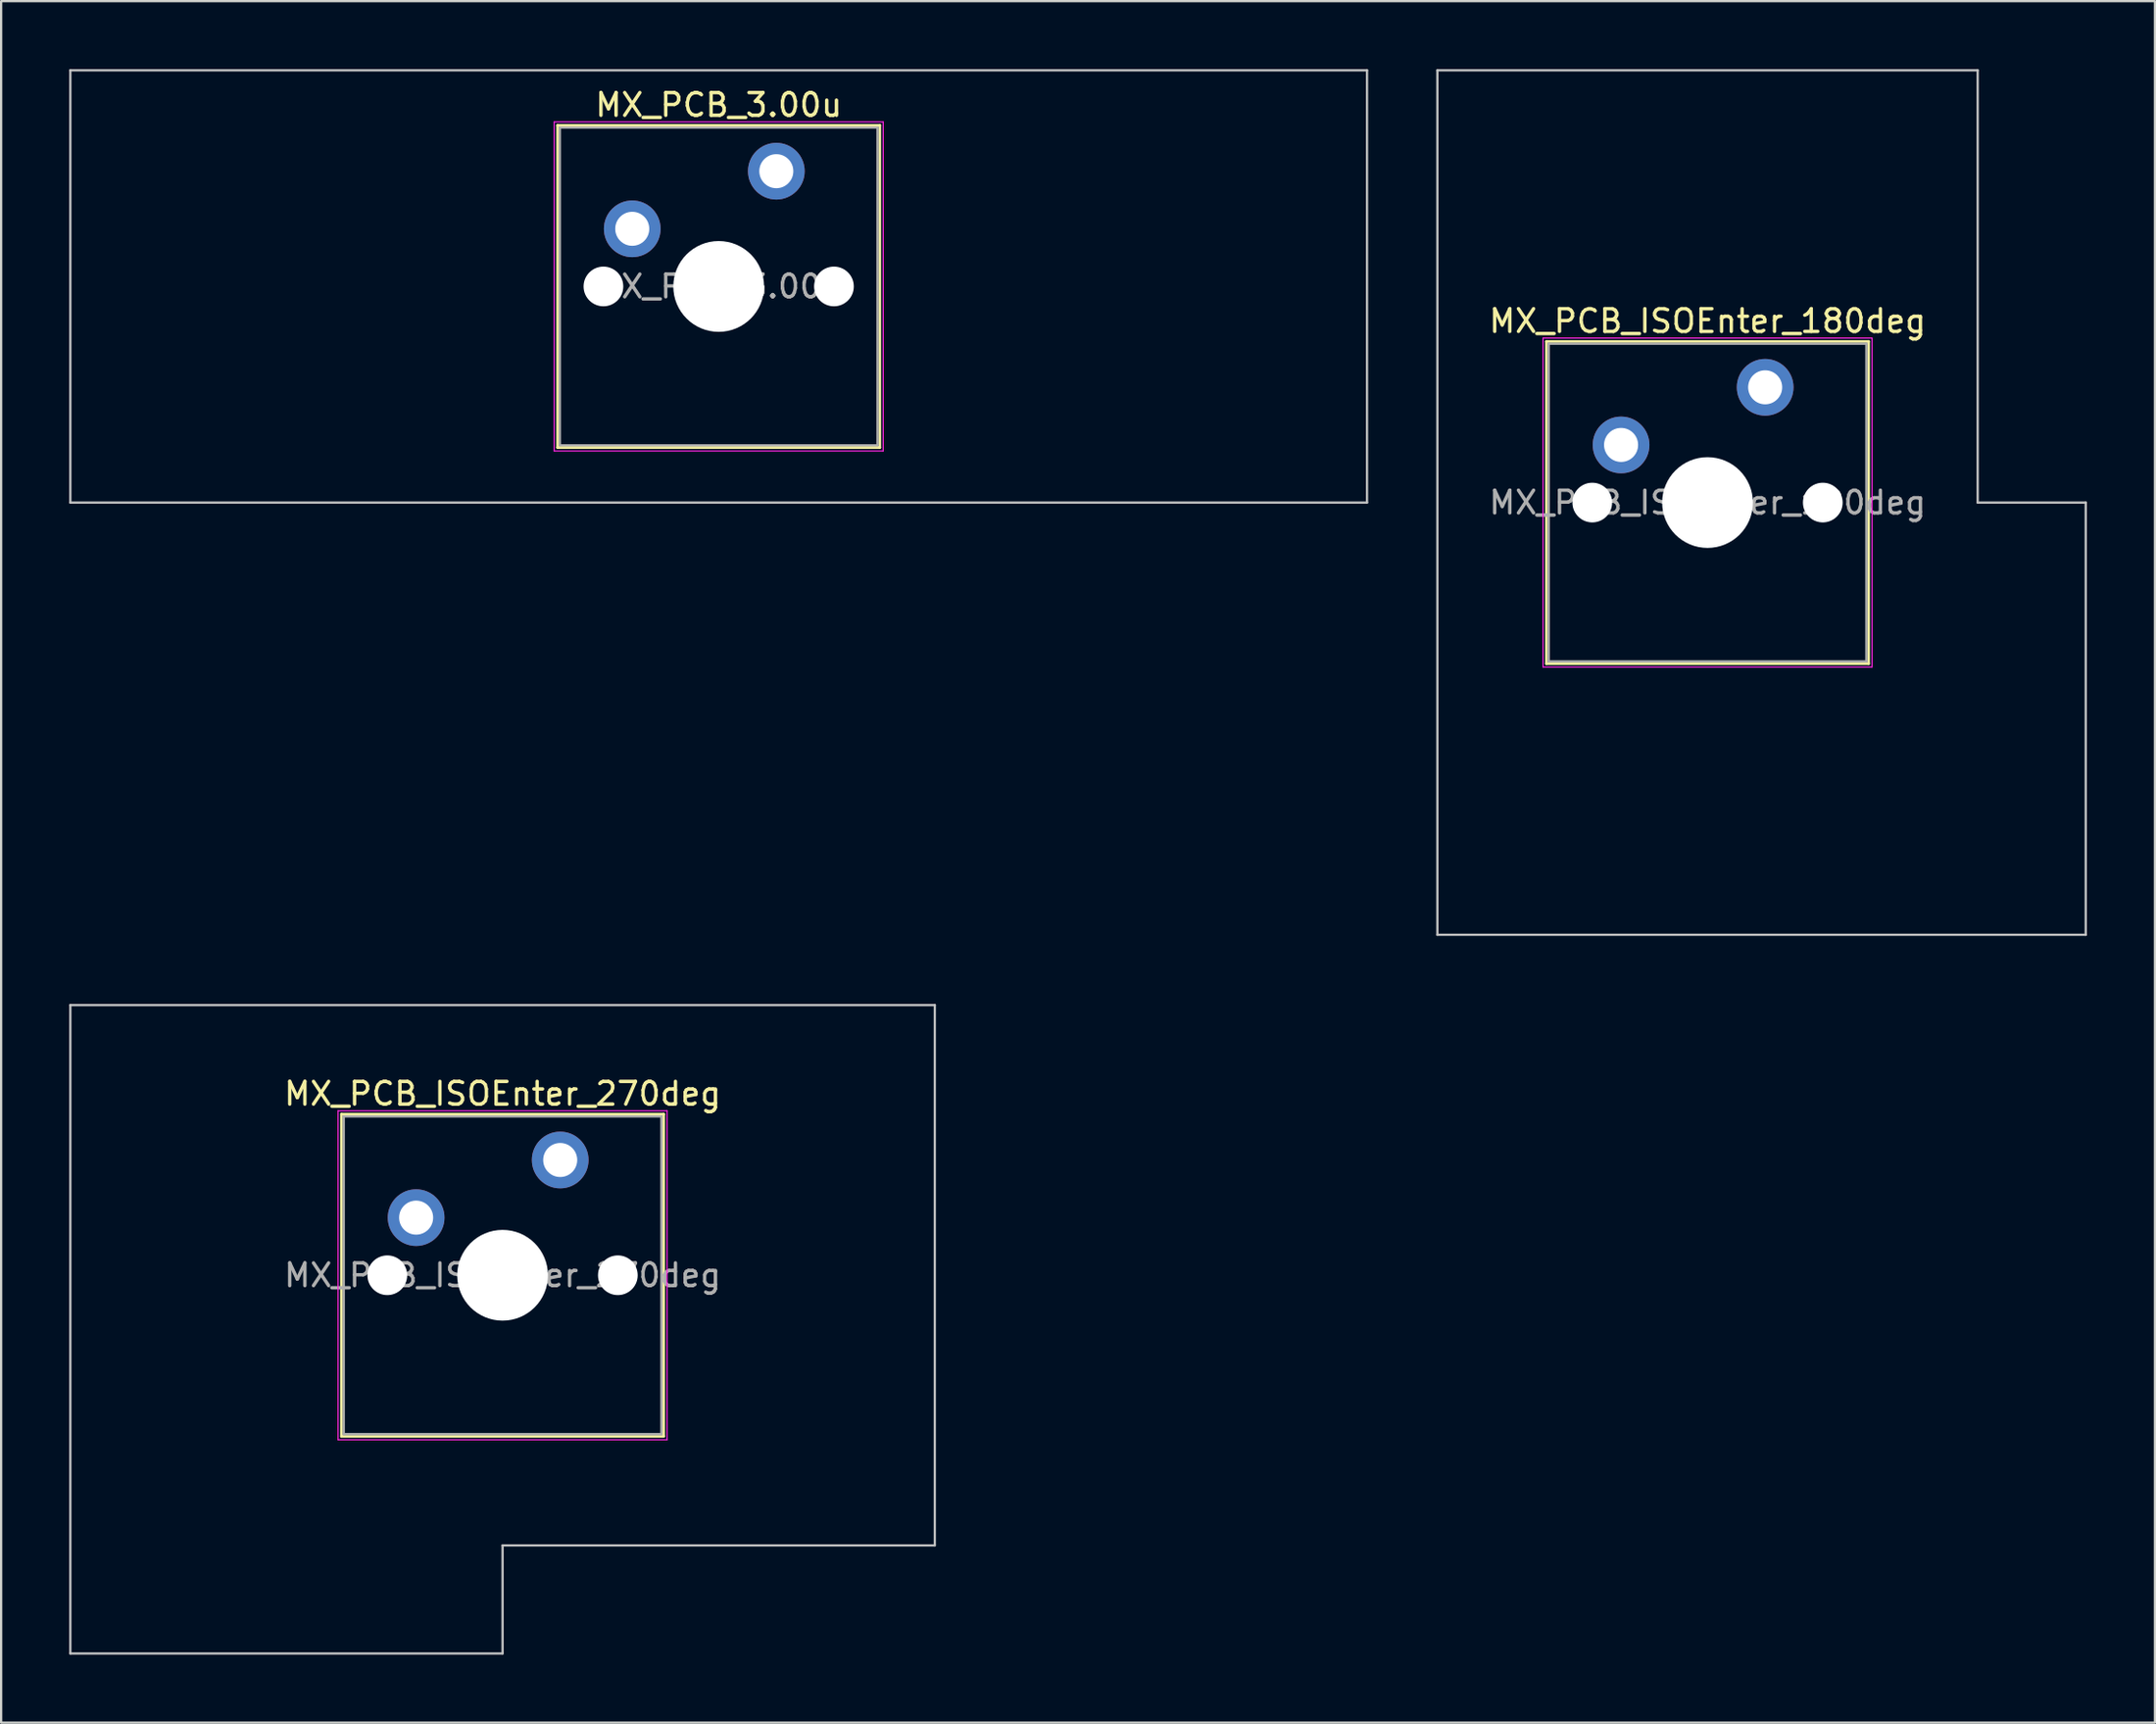
<source format=kicad_pcb>
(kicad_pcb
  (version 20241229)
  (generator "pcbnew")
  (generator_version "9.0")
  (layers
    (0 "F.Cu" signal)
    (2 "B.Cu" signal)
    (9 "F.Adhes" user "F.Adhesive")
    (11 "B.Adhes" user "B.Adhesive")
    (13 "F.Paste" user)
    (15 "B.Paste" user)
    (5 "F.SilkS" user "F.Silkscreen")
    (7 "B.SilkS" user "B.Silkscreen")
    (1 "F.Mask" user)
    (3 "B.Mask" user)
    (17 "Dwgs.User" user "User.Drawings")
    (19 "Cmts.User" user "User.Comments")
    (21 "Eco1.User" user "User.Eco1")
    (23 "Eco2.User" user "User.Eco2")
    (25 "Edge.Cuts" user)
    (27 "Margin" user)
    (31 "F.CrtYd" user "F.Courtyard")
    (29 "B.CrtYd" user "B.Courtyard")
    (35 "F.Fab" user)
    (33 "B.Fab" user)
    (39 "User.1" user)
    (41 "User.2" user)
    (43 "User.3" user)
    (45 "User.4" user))
  (footprint "MX_PCB_ISOEnter_270deg"
    (layer "F.Cu")
    (at 19.1 53.156)
    (property "Reference" "MX_PCB_ISOEnter_270deg" (at 0 -8 0) (layer "F.SilkS") (effects (font (size 1 1) (thickness 0.15))))
    (attr through_hole)
    (fp_line (start -7.1 -7.1) (end -7.1 7.1) (stroke (width 0.12) (type solid)) (layer "F.SilkS"))
    (fp_line (start -7.1 7.1) (end 7.1 7.1) (stroke (width 0.12) (type solid)) (layer "F.SilkS"))
    (fp_line (start 7.1 -7.1) (end -7.1 -7.1) (stroke (width 0.12) (type solid)) (layer "F.SilkS"))
    (fp_line (start 7.1 7.1) (end 7.1 -7.1) (stroke (width 0.12) (type solid)) (layer "F.SilkS"))
    (fp_line (start -19.05 -11.906) (end -19.05 16.669) (stroke (width 0.1) (type solid)) (layer "Dwgs.User"))
    (fp_line (start -19.05 16.669) (end 0 16.669) (stroke (width 0.1) (type solid)) (layer "Dwgs.User"))
    (fp_line (start 0 11.906) (end 19.05 11.906) (stroke (width 0.1) (type solid)) (layer "Dwgs.User"))
    (fp_line (start 0 16.669) (end 0 11.906) (stroke (width 0.1) (type solid)) (layer "Dwgs.User"))
    (fp_line (start 19.05 -11.906) (end -19.05 -11.906) (stroke (width 0.1) (type solid)) (layer "Dwgs.User"))
    (fp_line (start 19.05 11.906) (end 19.05 -11.906) (stroke (width 0.1) (type solid)) (layer "Dwgs.User"))
    (fp_line (start -7 -7) (end -7 7) (stroke (width 0.1) (type solid)) (layer "Eco1.User"))
    (fp_line (start -7 7) (end 7 7) (stroke (width 0.1) (type solid)) (layer "Eco1.User"))
    (fp_line (start 7 -7) (end -7 -7) (stroke (width 0.1) (type solid)) (layer "Eco1.User"))
    (fp_line (start 7 7) (end 7 -7) (stroke (width 0.1) (type solid)) (layer "Eco1.User"))
    (fp_line (start -7.25 -7.25) (end -7.25 7.25) (stroke (width 0.05) (type solid)) (layer "F.CrtYd"))
    (fp_line (start -7.25 7.25) (end 7.25 7.25) (stroke (width 0.05) (type solid)) (layer "F.CrtYd"))
    (fp_line (start 7.25 -7.25) (end -7.25 -7.25) (stroke (width 0.05) (type solid)) (layer "F.CrtYd"))
    (fp_line (start 7.25 7.25) (end 7.25 -7.25) (stroke (width 0.05) (type solid)) (layer "F.CrtYd"))
    (fp_line (start -7 -7) (end -7 7) (stroke (width 0.1) (type solid)) (layer "F.Fab"))
    (fp_line (start -7 7) (end 7 7) (stroke (width 0.1) (type solid)) (layer "F.Fab"))
    (fp_line (start 7 -7) (end -7 -7) (stroke (width 0.1) (type solid)) (layer "F.Fab"))
    (fp_line (start 7 7) (end 7 -7) (stroke (width 0.1) (type solid)) (layer "F.Fab"))
    (fp_text user "${REFERENCE}" (at 0 0 0) (layer "F.Fab") (effects (font (size 1 1) (thickness 0.15))))
    (pad "" np_thru_hole circle (at -5.08 0) (size 1.75 1.75) (drill 1.75) (layers "*.Cu" "*.Mask"))
    (pad "" np_thru_hole circle (at 0 0) (size 4 4) (drill 4) (layers "*.Cu" "*.Mask"))
    (pad "" np_thru_hole circle (at 5.08 0) (size 1.75 1.75) (drill 1.75) (layers "*.Cu" "*.Mask"))
    (pad "1" thru_hole circle (at -3.81 -2.54) (size 2.5 2.5) (drill 1.5) (layers "*.Cu" "*.Mask"))
    (pad "2" thru_hole circle (at 2.54 -5.08) (size 2.5 2.5) (drill 1.5) (layers "*.Cu" "*.Mask")))
  (footprint "MX_PCB_3.00u"
    (layer "F.Cu")
    (at 28.625 9.575)
    (property "Reference" "MX_PCB_3.00u" (at 0 -8 0) (layer "F.SilkS") (effects (font (size 1 1) (thickness 0.15))))
    (attr through_hole)
    (fp_line (start -7.1 -7.1) (end -7.1 7.1) (stroke (width 0.12) (type solid)) (layer "F.SilkS"))
    (fp_line (start -7.1 7.1) (end 7.1 7.1) (stroke (width 0.12) (type solid)) (layer "F.SilkS"))
    (fp_line (start 7.1 -7.1) (end -7.1 -7.1) (stroke (width 0.12) (type solid)) (layer "F.SilkS"))
    (fp_line (start 7.1 7.1) (end 7.1 -7.1) (stroke (width 0.12) (type solid)) (layer "F.SilkS"))
    (fp_line (start -28.575 -9.525) (end -28.575 9.525) (stroke (width 0.1) (type solid)) (layer "Dwgs.User"))
    (fp_line (start -28.575 9.525) (end 28.575 9.525) (stroke (width 0.1) (type solid)) (layer "Dwgs.User"))
    (fp_line (start 28.575 -9.525) (end -28.575 -9.525) (stroke (width 0.1) (type solid)) (layer "Dwgs.User"))
    (fp_line (start 28.575 9.525) (end 28.575 -9.525) (stroke (width 0.1) (type solid)) (layer "Dwgs.User"))
    (fp_line (start -7 -7) (end -7 7) (stroke (width 0.1) (type solid)) (layer "Eco1.User"))
    (fp_line (start -7 7) (end 7 7) (stroke (width 0.1) (type solid)) (layer "Eco1.User"))
    (fp_line (start 7 -7) (end -7 -7) (stroke (width 0.1) (type solid)) (layer "Eco1.User"))
    (fp_line (start 7 7) (end 7 -7) (stroke (width 0.1) (type solid)) (layer "Eco1.User"))
    (fp_line (start -7.25 -7.25) (end -7.25 7.25) (stroke (width 0.05) (type solid)) (layer "F.CrtYd"))
    (fp_line (start -7.25 7.25) (end 7.25 7.25) (stroke (width 0.05) (type solid)) (layer "F.CrtYd"))
    (fp_line (start 7.25 -7.25) (end -7.25 -7.25) (stroke (width 0.05) (type solid)) (layer "F.CrtYd"))
    (fp_line (start 7.25 7.25) (end 7.25 -7.25) (stroke (width 0.05) (type solid)) (layer "F.CrtYd"))
    (fp_line (start -7 -7) (end -7 7) (stroke (width 0.1) (type solid)) (layer "F.Fab"))
    (fp_line (start -7 7) (end 7 7) (stroke (width 0.1) (type solid)) (layer "F.Fab"))
    (fp_line (start 7 -7) (end -7 -7) (stroke (width 0.1) (type solid)) (layer "F.Fab"))
    (fp_line (start 7 7) (end 7 -7) (stroke (width 0.1) (type solid)) (layer "F.Fab"))
    (fp_text user "${REFERENCE}" (at 0 0 0) (layer "F.Fab") (effects (font (size 1 1) (thickness 0.15))))
    (pad "" np_thru_hole circle (at -5.08 0) (size 1.75 1.75) (drill 1.75) (layers "*.Cu" "*.Mask"))
    (pad "" np_thru_hole circle (at 0 0) (size 4 4) (drill 4) (layers "*.Cu" "*.Mask"))
    (pad "" np_thru_hole circle (at 5.08 0) (size 1.75 1.75) (drill 1.75) (layers "*.Cu" "*.Mask"))
    (pad "1" thru_hole circle (at -3.81 -2.54) (size 2.5 2.5) (drill 1.5) (layers "*.Cu" "*.Mask"))
    (pad "2" thru_hole circle (at 2.54 -5.08) (size 2.5 2.5) (drill 1.5) (layers "*.Cu" "*.Mask")))
  (footprint "MX_PCB_ISOEnter_180deg"
    (layer "F.Cu")
    (at 72.206 19.1)
    (property "Reference" "MX_PCB_ISOEnter_180deg" (at 0 -8 0) (layer "F.SilkS") (effects (font (size 1 1) (thickness 0.15))))
    (attr through_hole)
    (fp_line (start -7.1 -7.1) (end -7.1 7.1) (stroke (width 0.12) (type solid)) (layer "F.SilkS"))
    (fp_line (start -7.1 7.1) (end 7.1 7.1) (stroke (width 0.12) (type solid)) (layer "F.SilkS"))
    (fp_line (start 7.1 -7.1) (end -7.1 -7.1) (stroke (width 0.12) (type solid)) (layer "F.SilkS"))
    (fp_line (start 7.1 7.1) (end 7.1 -7.1) (stroke (width 0.12) (type solid)) (layer "F.SilkS"))
    (fp_line (start -11.906 -19.05) (end -11.906 19.05) (stroke (width 0.1) (type solid)) (layer "Dwgs.User"))
    (fp_line (start -11.906 19.05) (end 16.669 19.05) (stroke (width 0.1) (type solid)) (layer "Dwgs.User"))
    (fp_line (start 11.906 -19.05) (end -11.906 -19.05) (stroke (width 0.1) (type solid)) (layer "Dwgs.User"))
    (fp_line (start 11.906 0) (end 11.906 -19.05) (stroke (width 0.1) (type solid)) (layer "Dwgs.User"))
    (fp_line (start 16.669 0) (end 11.906 0) (stroke (width 0.1) (type solid)) (layer "Dwgs.User"))
    (fp_line (start 16.669 19.05) (end 16.669 0) (stroke (width 0.1) (type solid)) (layer "Dwgs.User"))
    (fp_line (start -7 -7) (end -7 7) (stroke (width 0.1) (type solid)) (layer "Eco1.User"))
    (fp_line (start -7 7) (end 7 7) (stroke (width 0.1) (type solid)) (layer "Eco1.User"))
    (fp_line (start 7 -7) (end -7 -7) (stroke (width 0.1) (type solid)) (layer "Eco1.User"))
    (fp_line (start 7 7) (end 7 -7) (stroke (width 0.1) (type solid)) (layer "Eco1.User"))
    (fp_line (start -7.25 -7.25) (end -7.25 7.25) (stroke (width 0.05) (type solid)) (layer "F.CrtYd"))
    (fp_line (start -7.25 7.25) (end 7.25 7.25) (stroke (width 0.05) (type solid)) (layer "F.CrtYd"))
    (fp_line (start 7.25 -7.25) (end -7.25 -7.25) (stroke (width 0.05) (type solid)) (layer "F.CrtYd"))
    (fp_line (start 7.25 7.25) (end 7.25 -7.25) (stroke (width 0.05) (type solid)) (layer "F.CrtYd"))
    (fp_line (start -7 -7) (end -7 7) (stroke (width 0.1) (type solid)) (layer "F.Fab"))
    (fp_line (start -7 7) (end 7 7) (stroke (width 0.1) (type solid)) (layer "F.Fab"))
    (fp_line (start 7 -7) (end -7 -7) (stroke (width 0.1) (type solid)) (layer "F.Fab"))
    (fp_line (start 7 7) (end 7 -7) (stroke (width 0.1) (type solid)) (layer "F.Fab"))
    (fp_text user "${REFERENCE}" (at 0 0 0) (layer "F.Fab") (effects (font (size 1 1) (thickness 0.15))))
    (pad "" np_thru_hole circle (at -5.08 0) (size 1.75 1.75) (drill 1.75) (layers "*.Cu" "*.Mask"))
    (pad "" np_thru_hole circle (at 0 0) (size 4 4) (drill 4) (layers "*.Cu" "*.Mask"))
    (pad "" np_thru_hole circle (at 5.08 0) (size 1.75 1.75) (drill 1.75) (layers "*.Cu" "*.Mask"))
    (pad "1" thru_hole circle (at -3.81 -2.54) (size 2.5 2.5) (drill 1.5) (layers "*.Cu" "*.Mask"))
    (pad "2" thru_hole circle (at 2.54 -5.08) (size 2.5 2.5) (drill 1.5) (layers "*.Cu" "*.Mask")))
  (gr_rect
    (start -3 -3)
    (end 91.925 72.875)
    (stroke (width 0.1) (type default))
    (fill no)
    (layer "Edge.Cuts")))
</source>
